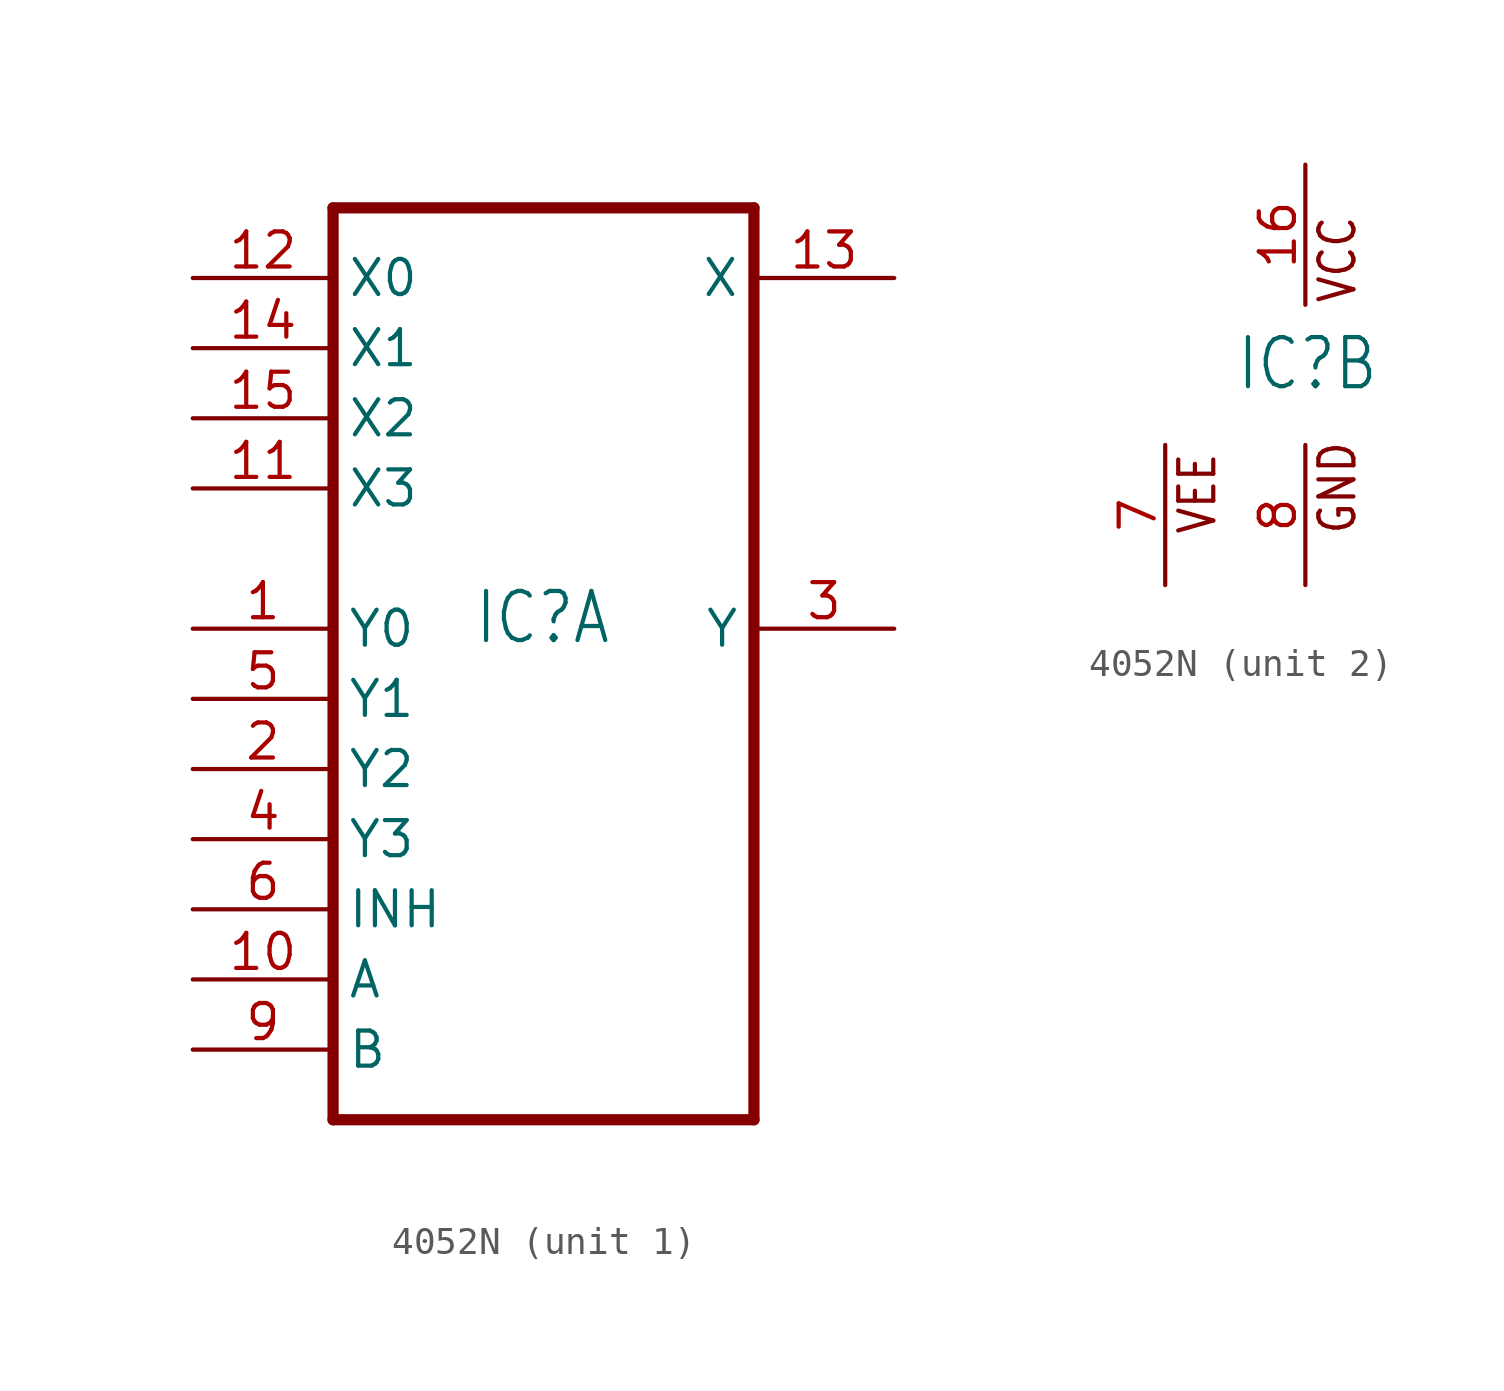
<source format=kicad_sym>
(kicad_symbol_lib
  (version 20211014)
  (generator kicad_symbol_editor)
  (symbol "4052N"
    (property "Reference" "IC"
      (at -2.54 -0.635 0)
      (effects (font (size 1.778 1.511)) (justify left bottom)))
    (property "ki_locked" ""
      (at 0 0 0)
      (effects (font (size 1.27 1.27))))
    (symbol "4052N_1_0"
      (polyline (pts (xy -7.62 -17.78) (xy 7.62 -17.78)) (stroke (width 0.406) (type default) (color 0 0 0 0)) (fill (type none)))
      (polyline (pts (xy -7.62 15.24) (xy -7.62 -17.78)) (stroke (width 0.406) (type default) (color 0 0 0 0)) (fill (type none)))
      (polyline (pts (xy 7.62 -17.78) (xy 7.62 15.24)) (stroke (width 0.406) (type default) (color 0 0 0 0)) (fill (type none)))
      (polyline (pts (xy 7.62 15.24) (xy -7.62 15.24)) (stroke (width 0.406) (type default) (color 0 0 0 0)) (fill (type none)))
      (pin bidirectional line (at -12.7 0 0) (length 5.08) (name "Y0" (effects (font (size 1.27 1.27)))) (number "1" (effects (font (size 1.27 1.27)))))
      (pin input line (at -12.7 -12.7 0) (length 5.08) (name "A" (effects (font (size 1.27 1.27)))) (number "10" (effects (font (size 1.27 1.27)))))
      (pin bidirectional line (at -12.7 5.08 0) (length 5.08) (name "X3" (effects (font (size 1.27 1.27)))) (number "11" (effects (font (size 1.27 1.27)))))
      (pin bidirectional line (at -12.7 12.7 0) (length 5.08) (name "X0" (effects (font (size 1.27 1.27)))) (number "12" (effects (font (size 1.27 1.27)))))
      (pin bidirectional line (at 12.7 12.7 180) (length 5.08) (name "X" (effects (font (size 1.27 1.27)))) (number "13" (effects (font (size 1.27 1.27)))))
      (pin bidirectional line (at -12.7 10.16 0) (length 5.08) (name "X1" (effects (font (size 1.27 1.27)))) (number "14" (effects (font (size 1.27 1.27)))))
      (pin bidirectional line (at -12.7 7.62 0) (length 5.08) (name "X2" (effects (font (size 1.27 1.27)))) (number "15" (effects (font (size 1.27 1.27)))))
      (pin bidirectional line (at -12.7 -5.08 0) (length 5.08) (name "Y2" (effects (font (size 1.27 1.27)))) (number "2" (effects (font (size 1.27 1.27)))))
      (pin bidirectional line (at 12.7 0 180) (length 5.08) (name "Y" (effects (font (size 1.27 1.27)))) (number "3" (effects (font (size 1.27 1.27)))))
      (pin bidirectional line (at -12.7 -7.62 0) (length 5.08) (name "Y3" (effects (font (size 1.27 1.27)))) (number "4" (effects (font (size 1.27 1.27)))))
      (pin bidirectional line (at -12.7 -2.54 0) (length 5.08) (name "Y1" (effects (font (size 1.27 1.27)))) (number "5" (effects (font (size 1.27 1.27)))))
      (pin input line (at -12.7 -10.16 0) (length 5.08) (name "INH" (effects (font (size 1.27 1.27)))) (number "6" (effects (font (size 1.27 1.27)))))
      (pin input line (at -12.7 -15.24 0) (length 5.08) (name "B" (effects (font (size 1.27 1.27)))) (number "9" (effects (font (size 1.27 1.27))))))
    (symbol "4052N_2_0"
      (text "GND" (at 1.905 -5.842 900) (effects (font (size 1.27 1.079)) (justify left bottom)))
      (text "VCC" (at 1.905 2.54 900) (effects (font (size 1.27 1.079)) (justify left bottom)))
      (text "VEE" (at -3.175 -5.842 900) (effects (font (size 1.27 1.079)) (justify left bottom)))
      (pin power_in line (at 0 7.62 270) (length 5.08) (name "VCC" (effects (font (size 0 0)))) (number "16" (effects (font (size 1.27 1.27)))))
      (pin power_in line (at -5.08 -7.62 90) (length 5.08) (name "VEE" (effects (font (size 0 0)))) (number "7" (effects (font (size 1.27 1.27)))))
      (pin power_in line (at 0 -7.62 90) (length 5.08) (name "GND" (effects (font (size 0 0)))) (number "8" (effects (font (size 1.27 1.27))))))))
</source>
